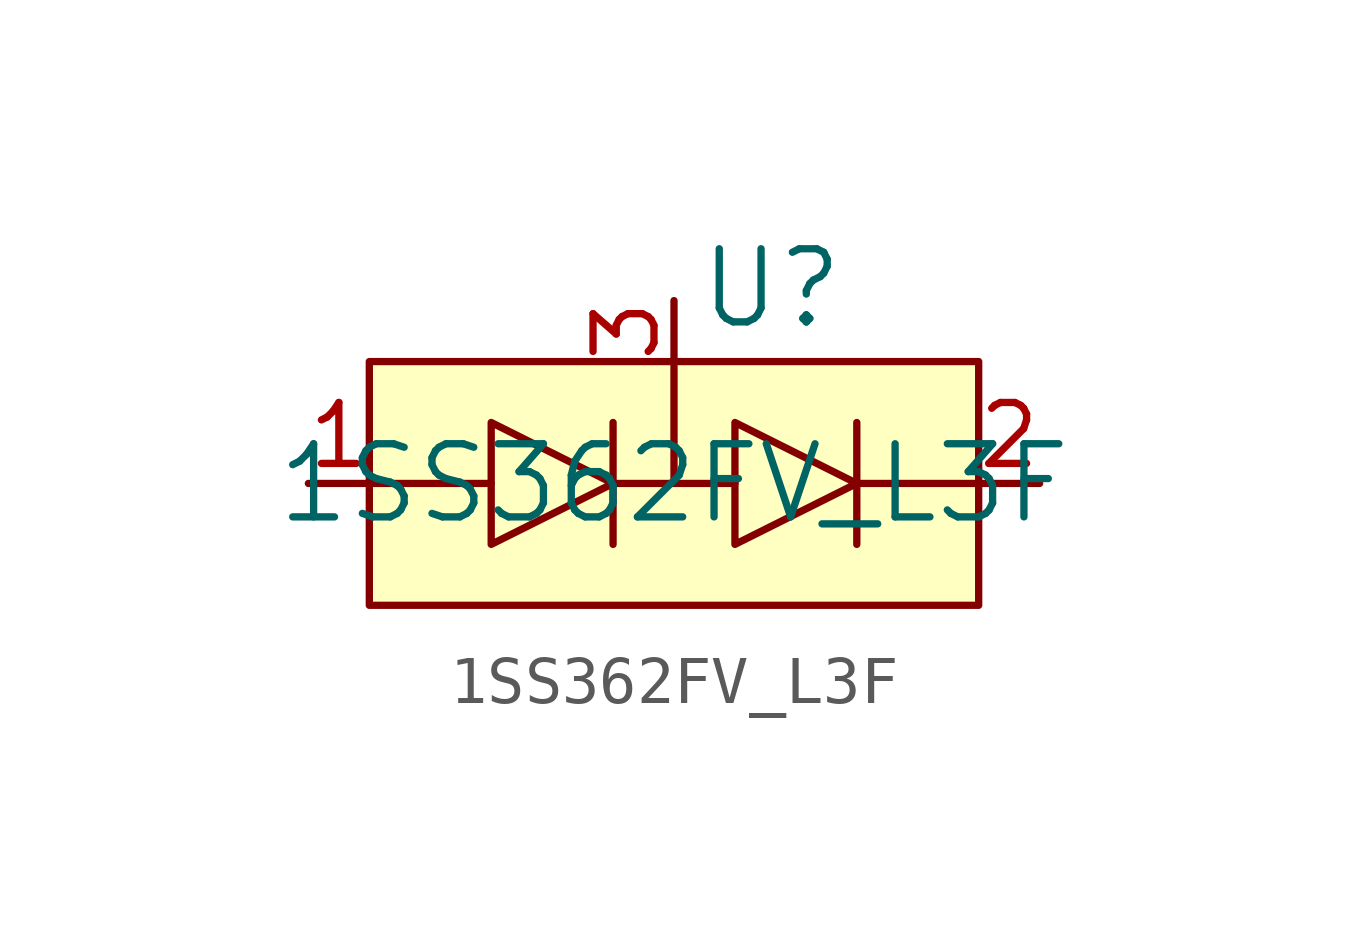
<source format=kicad_sym>
(kicad_symbol_lib
  (version 20231120)
  (generator "kicad_symbol_editor")
  (generator_version "8.0")
  (symbol "1SS362FV_L3F"
    (pin_names
      (offset 0.254))
    (property "Reference" "U"
      (at 2.032 4.064 0)
      (effects (font (size 1.524 1.524))))
    (property "Value" "1SS362FV_L3F"
      (at 0 0 0)
      (effects (font (size 1.524 1.524))))
    (property "ki_locked" ""
      (at 0 0 0)
      (effects (font (size 1.27 1.27))))
    (symbol "1SS362FV_L3F_1_1"
      (rectangle (start -6.35 2.54) (end 6.35 -2.54) (stroke (width 0) (type default)) (fill (type background)))
      (polyline (pts (xy -3.81 0) (xy -6.35 0)) (stroke (width 0) (type default)) (fill (type none)))
      (polyline (pts (xy -1.27 0) (xy 1.27 0)) (stroke (width 0) (type default)) (fill (type none)))
      (polyline (pts (xy -1.27 1.27) (xy -1.27 -1.27)) (stroke (width 0) (type default)) (fill (type none)))
      (polyline (pts (xy 0 0) (xy 0 2.54)) (stroke (width 0) (type default)) (fill (type none)))
      (polyline (pts (xy 3.81 0) (xy 6.35 0)) (stroke (width 0) (type default)) (fill (type none)))
      (polyline (pts (xy 3.81 1.27) (xy 3.81 -1.27)) (stroke (width 0) (type default)) (fill (type none)))
      (polyline (pts (xy -1.27 0) (xy -3.81 1.27) (xy -3.81 -1.27) (xy -1.27 0)) (stroke (width 0) (type default)) (fill (type none)))
      (polyline (pts (xy 3.81 0) (xy 1.27 1.27) (xy 1.27 -1.27) (xy 3.81 0)) (stroke (width 0) (type default)) (fill (type none)))
      (pin input line (at -7.62 0 0) (length 1.27) (name "" (effects (font (size 1.27 1.27)))) (number "1" (effects (font (size 1.27 1.27)))))
      (pin output line (at 7.62 0 180) (length 1.27) (name "" (effects (font (size 1.27 1.27)))) (number "2" (effects (font (size 1.27 1.27)))))
      (pin bidirectional line (at 0 3.81 270) (length 1.27) (name "" (effects (font (size 1.27 1.27)))) (number "3" (effects (font (size 1.27 1.27))))))))
</source>
